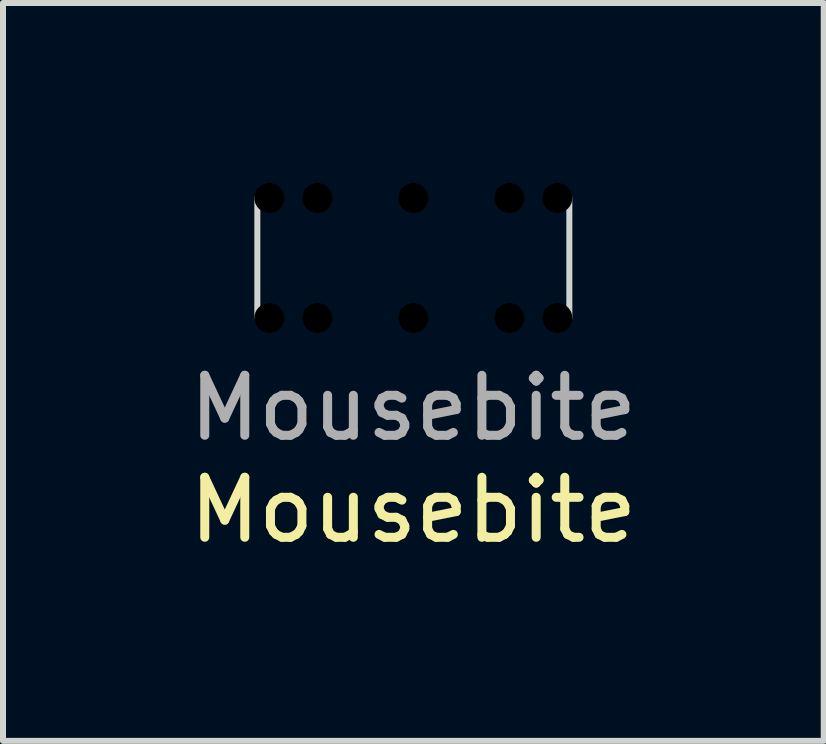
<source format=kicad_pcb>
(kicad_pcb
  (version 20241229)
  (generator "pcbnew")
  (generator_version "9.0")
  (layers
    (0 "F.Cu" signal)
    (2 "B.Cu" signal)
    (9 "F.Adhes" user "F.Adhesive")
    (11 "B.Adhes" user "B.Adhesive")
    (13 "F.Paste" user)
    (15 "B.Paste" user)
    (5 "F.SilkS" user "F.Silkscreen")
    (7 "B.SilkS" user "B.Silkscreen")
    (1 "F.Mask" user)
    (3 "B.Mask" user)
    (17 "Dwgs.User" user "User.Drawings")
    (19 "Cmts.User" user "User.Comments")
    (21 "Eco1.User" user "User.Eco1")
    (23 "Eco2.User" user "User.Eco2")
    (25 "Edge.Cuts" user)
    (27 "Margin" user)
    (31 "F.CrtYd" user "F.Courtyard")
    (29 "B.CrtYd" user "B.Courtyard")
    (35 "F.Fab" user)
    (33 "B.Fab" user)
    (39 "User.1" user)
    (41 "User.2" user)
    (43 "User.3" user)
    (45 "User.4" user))
  (footprint "Mousebite"
    (layer "F.Cu")
    (at 3.839 1.25)
    (property "Reference" "Mousebite" (at 0 4.2 0) (unlocked yes) (layer "F.SilkS") (effects (font (size 1 1) (thickness 0.15))))
    (attr through_hole)
    (fp_line (start -2.6 1) (end -2.6 -1) (stroke (width 0.1) (type solid)) (layer "Edge.Cuts"))
    (fp_line (start 2.6 1) (end 2.6 -1) (stroke (width 0.1) (type solid)) (layer "Edge.Cuts"))
    (fp_text user "${REFERENCE}" (at 0 2.5 0) (unlocked yes) (layer "F.Fab") (effects (font (size 1 1) (thickness 0.15))))
    (pad "" np_thru_hole circle (at -2.4 -1 90) (size 0.5 0.5) (drill 0.5) (layers "*.Mask"))
    (pad "" np_thru_hole circle (at -2.4 1 90) (size 0.5 0.5) (drill 0.5) (layers "*.Mask"))
    (pad "" np_thru_hole circle (at -1.6 -1 90) (size 0.5 0.5) (drill 0.5) (layers "*.Mask"))
    (pad "" np_thru_hole circle (at -1.6 1 90) (size 0.5 0.5) (drill 0.5) (layers "*.Mask"))
    (pad "" np_thru_hole circle (at 0 -1 90) (size 0.5 0.5) (drill 0.5) (layers "*.Mask"))
    (pad "" np_thru_hole circle (at 0 1 90) (size 0.5 0.5) (drill 0.5) (layers "*.Mask"))
    (pad "" np_thru_hole circle (at 1.6 -1 90) (size 0.5 0.5) (drill 0.5) (layers "*.Mask"))
    (pad "" np_thru_hole circle (at 1.6 1 90) (size 0.5 0.5) (drill 0.5) (layers "*.Mask"))
    (pad "" np_thru_hole circle (at 2.4 -1 90) (size 0.5 0.5) (drill 0.5) (layers "*.Mask"))
    (pad "" np_thru_hole circle (at 2.4 1 90) (size 0.5 0.5) (drill 0.5) (layers "*.Mask")))
  (gr_rect
    (start -3 -3)
    (end 10.679 9.298)
    (stroke (width 0.1) (type default))
    (fill no)
    (layer "Edge.Cuts")))
</source>
